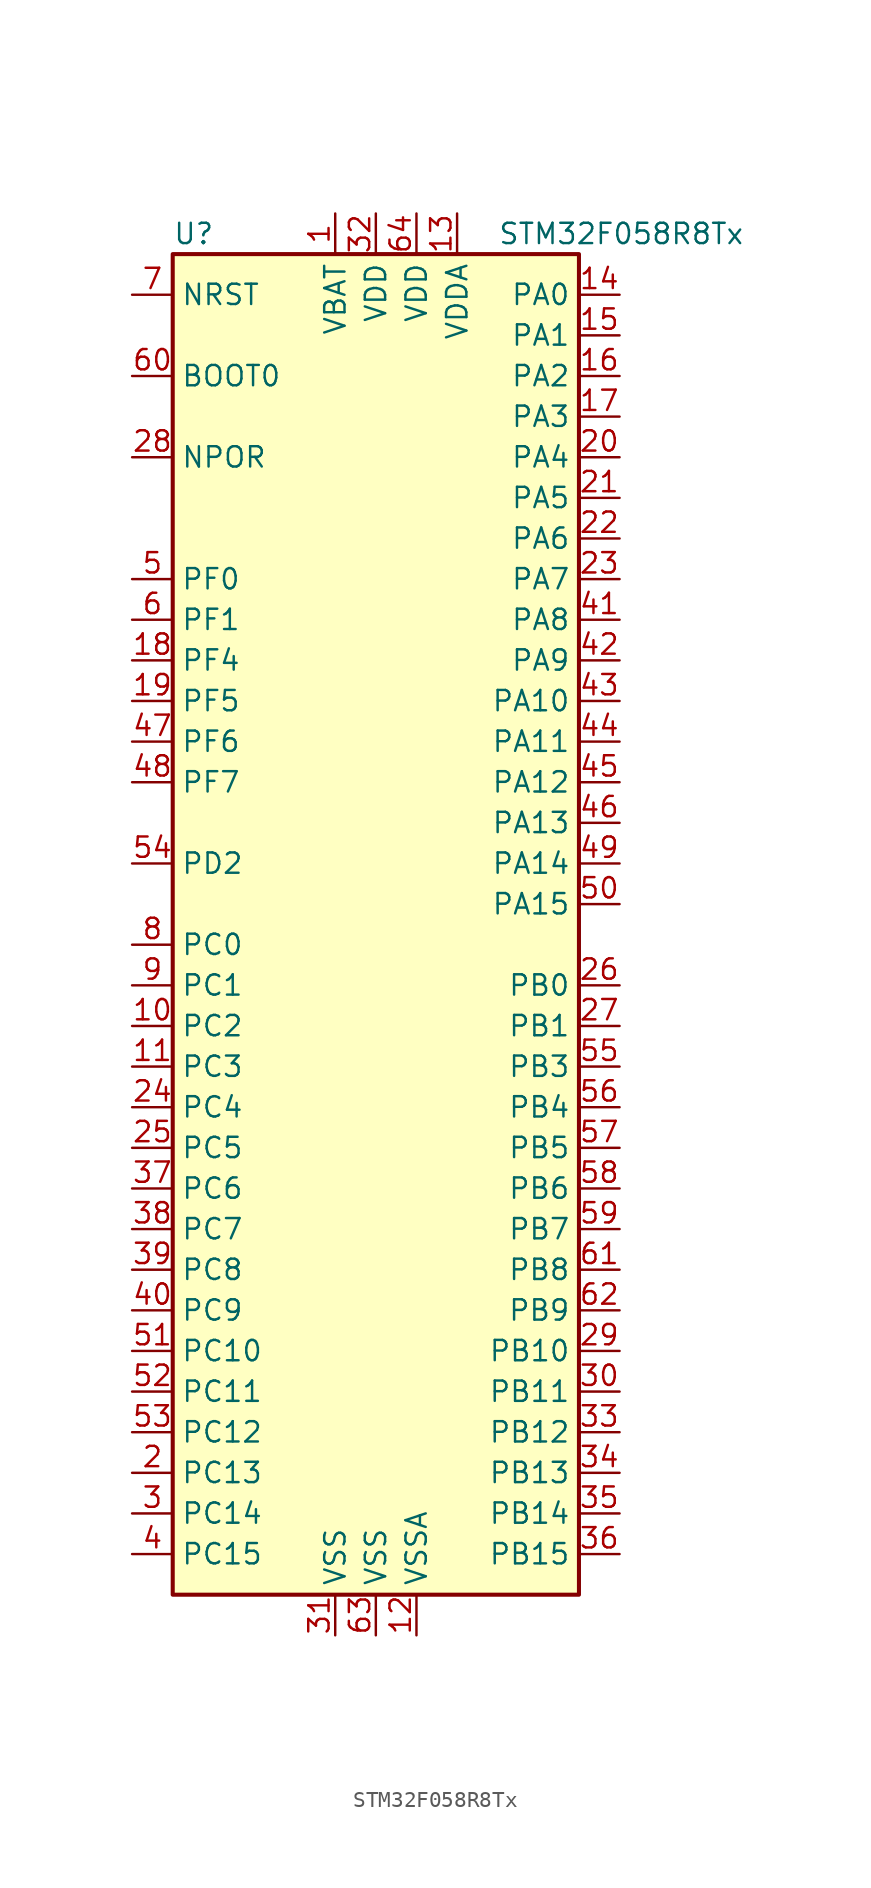
<source format=kicad_sym>
(kicad_symbol_lib
  (version 20201005)
  (generator kicad_symbol_editor)
  (symbol "MCU_ST_STM32F0:STM32F058R8Tx"
    (property "Reference" "U"
      (at -12.7 41.91 0)
      (effects (font (size 1.27 1.27)) (justify left)))
    (property "Value" "STM32F058R8Tx"
      (at 7.62 41.91 0)
      (effects (font (size 1.27 1.27)) (justify left)))
    (symbol "STM32F058R8Tx_0_1"
      (rectangle (start -12.7 -43.18) (end 12.7 40.64) (stroke (width 0.254)) (fill (type background))))
    (symbol "STM32F058R8Tx_1_1"
      (pin power_in line (at -2.54 43.18 270) (length 2.54) (name "VBAT" (effects (font (size 1.27 1.27)))) (number "1" (effects (font (size 1.27 1.27)))))
      (pin bidirectional line (at -15.24 -7.62 0) (length 2.54) (name "PC2" (effects (font (size 1.27 1.27)))) (number "10" (effects (font (size 1.27 1.27)))))
      (pin bidirectional line (at -15.24 -10.16 0) (length 2.54) (name "PC3" (effects (font (size 1.27 1.27)))) (number "11" (effects (font (size 1.27 1.27)))))
      (pin power_in line (at 2.54 -45.72 90) (length 2.54) (name "VSSA" (effects (font (size 1.27 1.27)))) (number "12" (effects (font (size 1.27 1.27)))))
      (pin power_in line (at 5.08 43.18 270) (length 2.54) (name "VDDA" (effects (font (size 1.27 1.27)))) (number "13" (effects (font (size 1.27 1.27)))))
      (pin bidirectional line (at 15.24 38.1 180) (length 2.54) (name "PA0" (effects (font (size 1.27 1.27)))) (number "14" (effects (font (size 1.27 1.27)))))
      (pin bidirectional line (at 15.24 35.56 180) (length 2.54) (name "PA1" (effects (font (size 1.27 1.27)))) (number "15" (effects (font (size 1.27 1.27)))))
      (pin bidirectional line (at 15.24 33.02 180) (length 2.54) (name "PA2" (effects (font (size 1.27 1.27)))) (number "16" (effects (font (size 1.27 1.27)))))
      (pin bidirectional line (at 15.24 30.48 180) (length 2.54) (name "PA3" (effects (font (size 1.27 1.27)))) (number "17" (effects (font (size 1.27 1.27)))))
      (pin bidirectional line (at -15.24 15.24 0) (length 2.54) (name "PF4" (effects (font (size 1.27 1.27)))) (number "18" (effects (font (size 1.27 1.27)))))
      (pin bidirectional line (at -15.24 12.7 0) (length 2.54) (name "PF5" (effects (font (size 1.27 1.27)))) (number "19" (effects (font (size 1.27 1.27)))))
      (pin bidirectional line (at -15.24 -35.56 0) (length 2.54) (name "PC13" (effects (font (size 1.27 1.27)))) (number "2" (effects (font (size 1.27 1.27)))))
      (pin bidirectional line (at 15.24 27.94 180) (length 2.54) (name "PA4" (effects (font (size 1.27 1.27)))) (number "20" (effects (font (size 1.27 1.27)))))
      (pin bidirectional line (at 15.24 25.4 180) (length 2.54) (name "PA5" (effects (font (size 1.27 1.27)))) (number "21" (effects (font (size 1.27 1.27)))))
      (pin bidirectional line (at 15.24 22.86 180) (length 2.54) (name "PA6" (effects (font (size 1.27 1.27)))) (number "22" (effects (font (size 1.27 1.27)))))
      (pin bidirectional line (at 15.24 20.32 180) (length 2.54) (name "PA7" (effects (font (size 1.27 1.27)))) (number "23" (effects (font (size 1.27 1.27)))))
      (pin bidirectional line (at -15.24 -12.7 0) (length 2.54) (name "PC4" (effects (font (size 1.27 1.27)))) (number "24" (effects (font (size 1.27 1.27)))))
      (pin bidirectional line (at -15.24 -15.24 0) (length 2.54) (name "PC5" (effects (font (size 1.27 1.27)))) (number "25" (effects (font (size 1.27 1.27)))))
      (pin bidirectional line (at 15.24 -5.08 180) (length 2.54) (name "PB0" (effects (font (size 1.27 1.27)))) (number "26" (effects (font (size 1.27 1.27)))))
      (pin bidirectional line (at 15.24 -7.62 180) (length 2.54) (name "PB1" (effects (font (size 1.27 1.27)))) (number "27" (effects (font (size 1.27 1.27)))))
      (pin power_in line (at -15.24 27.94 0) (length 2.54) (name "NPOR" (effects (font (size 1.27 1.27)))) (number "28" (effects (font (size 1.27 1.27)))))
      (pin bidirectional line (at 15.24 -27.94 180) (length 2.54) (name "PB10" (effects (font (size 1.27 1.27)))) (number "29" (effects (font (size 1.27 1.27)))))
      (pin bidirectional line (at -15.24 -38.1 0) (length 2.54) (name "PC14" (effects (font (size 1.27 1.27)))) (number "3" (effects (font (size 1.27 1.27)))))
      (pin bidirectional line (at 15.24 -30.48 180) (length 2.54) (name "PB11" (effects (font (size 1.27 1.27)))) (number "30" (effects (font (size 1.27 1.27)))))
      (pin power_in line (at -2.54 -45.72 90) (length 2.54) (name "VSS" (effects (font (size 1.27 1.27)))) (number "31" (effects (font (size 1.27 1.27)))))
      (pin power_in line (at 0 43.18 270) (length 2.54) (name "VDD" (effects (font (size 1.27 1.27)))) (number "32" (effects (font (size 1.27 1.27)))))
      (pin bidirectional line (at 15.24 -33.02 180) (length 2.54) (name "PB12" (effects (font (size 1.27 1.27)))) (number "33" (effects (font (size 1.27 1.27)))))
      (pin bidirectional line (at 15.24 -35.56 180) (length 2.54) (name "PB13" (effects (font (size 1.27 1.27)))) (number "34" (effects (font (size 1.27 1.27)))))
      (pin bidirectional line (at 15.24 -38.1 180) (length 2.54) (name "PB14" (effects (font (size 1.27 1.27)))) (number "35" (effects (font (size 1.27 1.27)))))
      (pin bidirectional line (at 15.24 -40.64 180) (length 2.54) (name "PB15" (effects (font (size 1.27 1.27)))) (number "36" (effects (font (size 1.27 1.27)))))
      (pin bidirectional line (at -15.24 -17.78 0) (length 2.54) (name "PC6" (effects (font (size 1.27 1.27)))) (number "37" (effects (font (size 1.27 1.27)))))
      (pin bidirectional line (at -15.24 -20.32 0) (length 2.54) (name "PC7" (effects (font (size 1.27 1.27)))) (number "38" (effects (font (size 1.27 1.27)))))
      (pin bidirectional line (at -15.24 -22.86 0) (length 2.54) (name "PC8" (effects (font (size 1.27 1.27)))) (number "39" (effects (font (size 1.27 1.27)))))
      (pin bidirectional line (at -15.24 -40.64 0) (length 2.54) (name "PC15" (effects (font (size 1.27 1.27)))) (number "4" (effects (font (size 1.27 1.27)))))
      (pin bidirectional line (at -15.24 -25.4 0) (length 2.54) (name "PC9" (effects (font (size 1.27 1.27)))) (number "40" (effects (font (size 1.27 1.27)))))
      (pin bidirectional line (at 15.24 17.78 180) (length 2.54) (name "PA8" (effects (font (size 1.27 1.27)))) (number "41" (effects (font (size 1.27 1.27)))))
      (pin bidirectional line (at 15.24 15.24 180) (length 2.54) (name "PA9" (effects (font (size 1.27 1.27)))) (number "42" (effects (font (size 1.27 1.27)))))
      (pin bidirectional line (at 15.24 12.7 180) (length 2.54) (name "PA10" (effects (font (size 1.27 1.27)))) (number "43" (effects (font (size 1.27 1.27)))))
      (pin bidirectional line (at 15.24 10.16 180) (length 2.54) (name "PA11" (effects (font (size 1.27 1.27)))) (number "44" (effects (font (size 1.27 1.27)))))
      (pin bidirectional line (at 15.24 7.62 180) (length 2.54) (name "PA12" (effects (font (size 1.27 1.27)))) (number "45" (effects (font (size 1.27 1.27)))))
      (pin bidirectional line (at 15.24 5.08 180) (length 2.54) (name "PA13" (effects (font (size 1.27 1.27)))) (number "46" (effects (font (size 1.27 1.27)))))
      (pin bidirectional line (at -15.24 10.16 0) (length 2.54) (name "PF6" (effects (font (size 1.27 1.27)))) (number "47" (effects (font (size 1.27 1.27)))))
      (pin bidirectional line (at -15.24 7.62 0) (length 2.54) (name "PF7" (effects (font (size 1.27 1.27)))) (number "48" (effects (font (size 1.27 1.27)))))
      (pin bidirectional line (at 15.24 2.54 180) (length 2.54) (name "PA14" (effects (font (size 1.27 1.27)))) (number "49" (effects (font (size 1.27 1.27)))))
      (pin input line (at -15.24 20.32 0) (length 2.54) (name "PF0" (effects (font (size 1.27 1.27)))) (number "5" (effects (font (size 1.27 1.27)))))
      (pin bidirectional line (at 15.24 0 180) (length 2.54) (name "PA15" (effects (font (size 1.27 1.27)))) (number "50" (effects (font (size 1.27 1.27)))))
      (pin bidirectional line (at -15.24 -27.94 0) (length 2.54) (name "PC10" (effects (font (size 1.27 1.27)))) (number "51" (effects (font (size 1.27 1.27)))))
      (pin bidirectional line (at -15.24 -30.48 0) (length 2.54) (name "PC11" (effects (font (size 1.27 1.27)))) (number "52" (effects (font (size 1.27 1.27)))))
      (pin bidirectional line (at -15.24 -33.02 0) (length 2.54) (name "PC12" (effects (font (size 1.27 1.27)))) (number "53" (effects (font (size 1.27 1.27)))))
      (pin bidirectional line (at -15.24 2.54 0) (length 2.54) (name "PD2" (effects (font (size 1.27 1.27)))) (number "54" (effects (font (size 1.27 1.27)))))
      (pin bidirectional line (at 15.24 -10.16 180) (length 2.54) (name "PB3" (effects (font (size 1.27 1.27)))) (number "55" (effects (font (size 1.27 1.27)))))
      (pin bidirectional line (at 15.24 -12.7 180) (length 2.54) (name "PB4" (effects (font (size 1.27 1.27)))) (number "56" (effects (font (size 1.27 1.27)))))
      (pin bidirectional line (at 15.24 -15.24 180) (length 2.54) (name "PB5" (effects (font (size 1.27 1.27)))) (number "57" (effects (font (size 1.27 1.27)))))
      (pin bidirectional line (at 15.24 -17.78 180) (length 2.54) (name "PB6" (effects (font (size 1.27 1.27)))) (number "58" (effects (font (size 1.27 1.27)))))
      (pin bidirectional line (at 15.24 -20.32 180) (length 2.54) (name "PB7" (effects (font (size 1.27 1.27)))) (number "59" (effects (font (size 1.27 1.27)))))
      (pin input line (at -15.24 17.78 0) (length 2.54) (name "PF1" (effects (font (size 1.27 1.27)))) (number "6" (effects (font (size 1.27 1.27)))))
      (pin input line (at -15.24 33.02 0) (length 2.54) (name "BOOT0" (effects (font (size 1.27 1.27)))) (number "60" (effects (font (size 1.27 1.27)))))
      (pin bidirectional line (at 15.24 -22.86 180) (length 2.54) (name "PB8" (effects (font (size 1.27 1.27)))) (number "61" (effects (font (size 1.27 1.27)))))
      (pin bidirectional line (at 15.24 -25.4 180) (length 2.54) (name "PB9" (effects (font (size 1.27 1.27)))) (number "62" (effects (font (size 1.27 1.27)))))
      (pin power_in line (at 0 -45.72 90) (length 2.54) (name "VSS" (effects (font (size 1.27 1.27)))) (number "63" (effects (font (size 1.27 1.27)))))
      (pin power_in line (at 2.54 43.18 270) (length 2.54) (name "VDD" (effects (font (size 1.27 1.27)))) (number "64" (effects (font (size 1.27 1.27)))))
      (pin input line (at -15.24 38.1 0) (length 2.54) (name "NRST" (effects (font (size 1.27 1.27)))) (number "7" (effects (font (size 1.27 1.27)))))
      (pin bidirectional line (at -15.24 -2.54 0) (length 2.54) (name "PC0" (effects (font (size 1.27 1.27)))) (number "8" (effects (font (size 1.27 1.27)))))
      (pin bidirectional line (at -15.24 -5.08 0) (length 2.54) (name "PC1" (effects (font (size 1.27 1.27)))) (number "9" (effects (font (size 1.27 1.27))))))))
</source>
